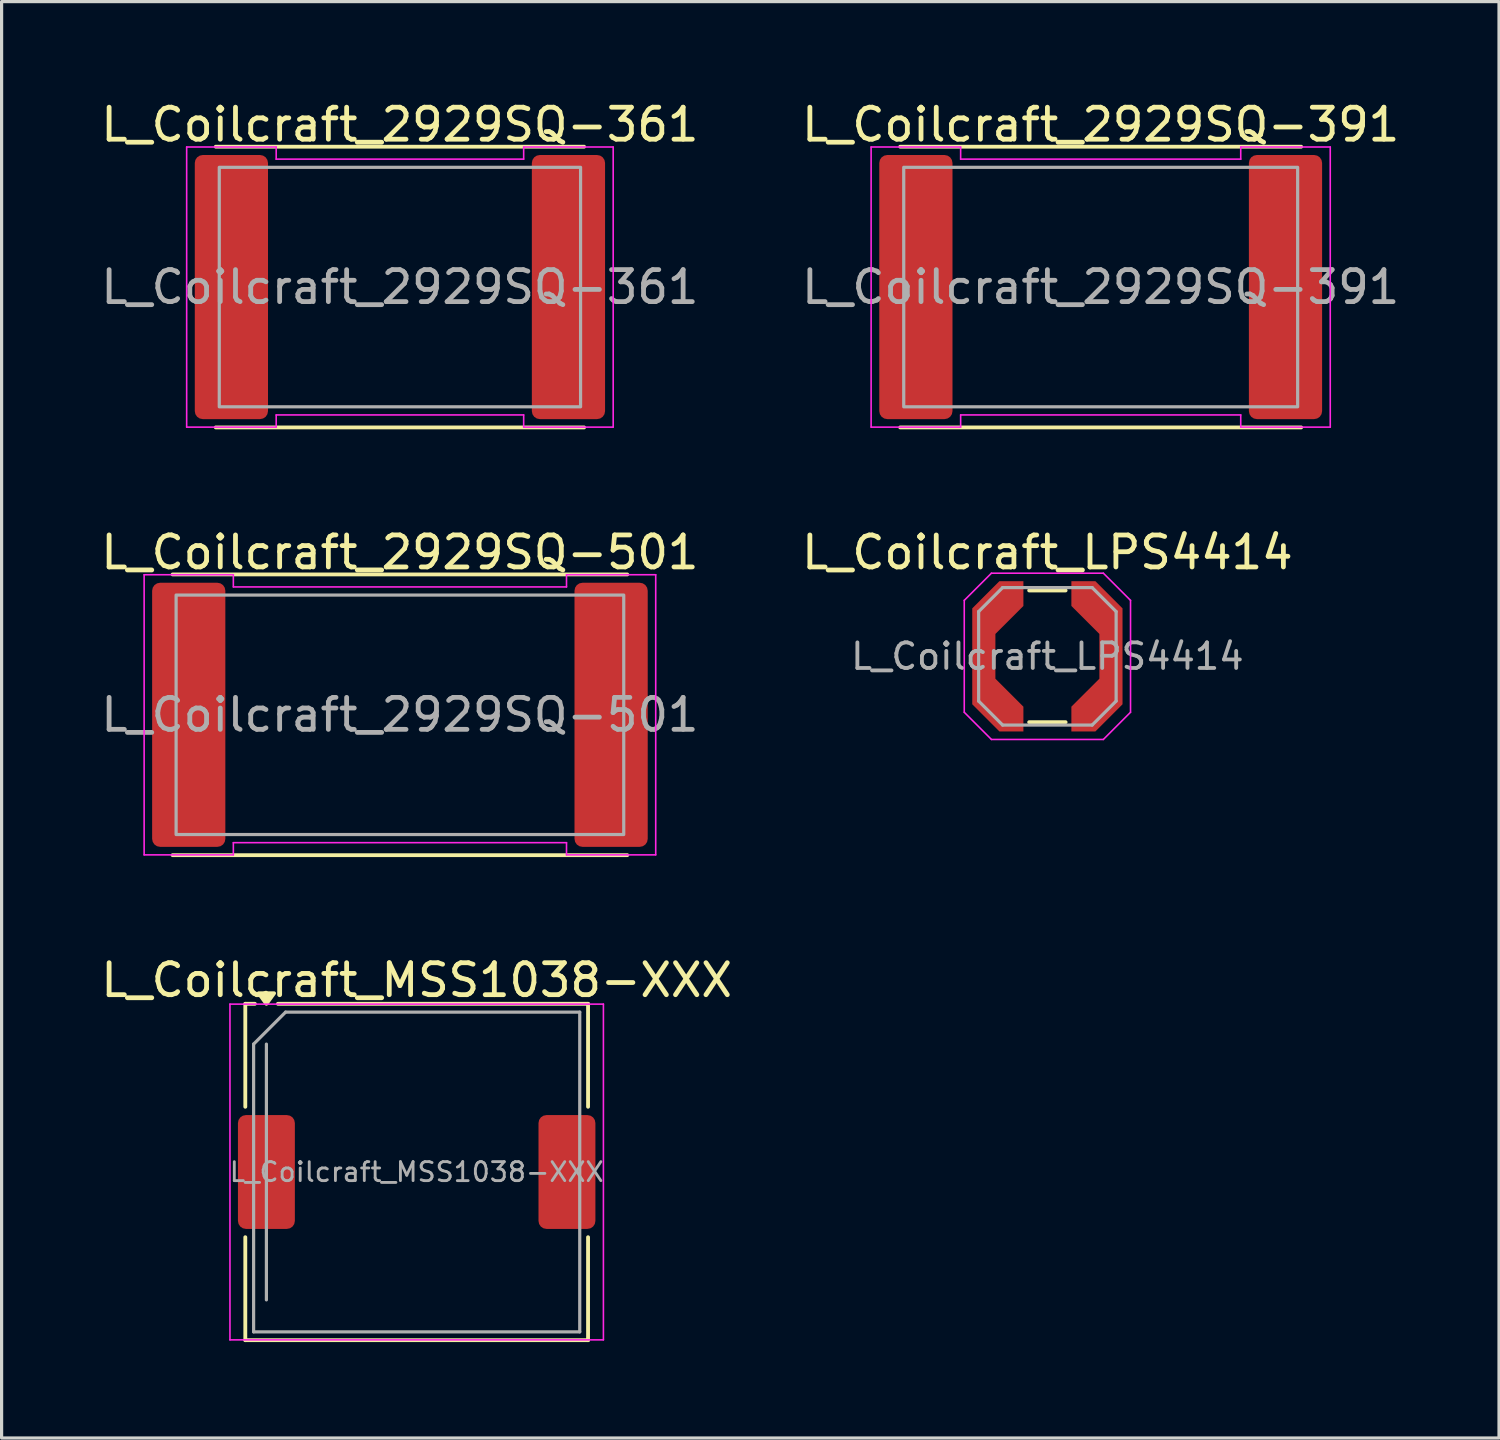
<source format=kicad_pcb>
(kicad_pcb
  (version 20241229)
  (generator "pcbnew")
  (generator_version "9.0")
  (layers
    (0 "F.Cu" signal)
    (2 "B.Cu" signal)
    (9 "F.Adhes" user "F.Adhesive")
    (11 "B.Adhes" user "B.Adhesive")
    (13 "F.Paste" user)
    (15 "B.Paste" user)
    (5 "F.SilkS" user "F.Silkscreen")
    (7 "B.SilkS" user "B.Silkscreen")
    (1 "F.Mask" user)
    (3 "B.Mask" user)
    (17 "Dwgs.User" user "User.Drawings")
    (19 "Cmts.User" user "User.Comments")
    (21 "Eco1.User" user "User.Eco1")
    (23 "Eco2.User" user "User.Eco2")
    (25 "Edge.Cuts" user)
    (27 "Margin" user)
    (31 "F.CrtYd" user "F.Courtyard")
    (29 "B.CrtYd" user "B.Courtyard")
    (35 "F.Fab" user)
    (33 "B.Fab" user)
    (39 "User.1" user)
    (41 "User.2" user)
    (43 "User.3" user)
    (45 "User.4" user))
  (footprint "L_Coilcraft_LPS4414"
    (layer "F.Cu")
    (at 29.708 17.477)
    (property "Reference" "L_Coilcraft_LPS4414" (at 0 -3.25 0) (layer "F.SilkS") (effects (font (size 1 1) (thickness 0.15))))
    (attr smd)
    (fp_line (start -0.57 -2.06) (end 0.57 -2.06) (stroke (width 0.12) (type solid)) (layer "F.SilkS"))
    (fp_line (start -0.57 2.06) (end 0.57 2.06) (stroke (width 0.12) (type solid)) (layer "F.SilkS"))
    (fp_line (start -2.6 -1.75) (end -2.6 1.75) (stroke (width 0.05) (type solid)) (layer "F.CrtYd"))
    (fp_line (start -2.6 1.75) (end -1.75 2.6) (stroke (width 0.05) (type solid)) (layer "F.CrtYd"))
    (fp_line (start -1.75 -2.6) (end -2.6 -1.75) (stroke (width 0.05) (type solid)) (layer "F.CrtYd"))
    (fp_line (start -1.75 -2.6) (end 1.75 -2.6) (stroke (width 0.05) (type solid)) (layer "F.CrtYd"))
    (fp_line (start -1.75 2.6) (end 1.75 2.6) (stroke (width 0.05) (type solid)) (layer "F.CrtYd"))
    (fp_line (start 1.75 -2.6) (end 2.6 -1.75) (stroke (width 0.05) (type solid)) (layer "F.CrtYd"))
    (fp_line (start 1.75 2.6) (end 2.6 1.75) (stroke (width 0.05) (type solid)) (layer "F.CrtYd"))
    (fp_line (start 2.6 -1.75) (end 2.6 1.75) (stroke (width 0.05) (type solid)) (layer "F.CrtYd"))
    (fp_line (start -2.15 -1.4) (end -1.4 -2.15) (stroke (width 0.1) (type solid)) (layer "F.Fab"))
    (fp_line (start -2.15 1.4) (end -2.15 -1.4) (stroke (width 0.1) (type solid)) (layer "F.Fab"))
    (fp_line (start -2.15 1.4) (end -1.4 2.15) (stroke (width 0.1) (type solid)) (layer "F.Fab"))
    (fp_line (start -1.4 -2.15) (end 1.4 -2.15) (stroke (width 0.1) (type solid)) (layer "F.Fab"))
    (fp_line (start 1.4 -2.15) (end 2.15 -1.4) (stroke (width 0.1) (type solid)) (layer "F.Fab"))
    (fp_line (start 1.4 2.15) (end -1.4 2.15) (stroke (width 0.1) (type solid)) (layer "F.Fab"))
    (fp_line (start 1.4 2.15) (end 2.15 1.4) (stroke (width 0.1) (type solid)) (layer "F.Fab"))
    (fp_line (start 2.15 -1.4) (end 2.15 1.4) (stroke (width 0.1) (type solid)) (layer "F.Fab"))
    (fp_text user "${REFERENCE}" (at 0 0 0) (layer "F.Fab") (effects (font (size 0.8 0.8) (thickness 0.12))))
    (pad "1" smd custom (at -1.988 0) (size 0.5 2) (layers "F.Cu" "F.Mask" "F.Paste") (options (anchor rect)) (primitives (gr_poly (pts (xy 0.362 -0.7) (xy 1.238 -1.575) (xy 1.238 -2.35) (xy 0.487 -2.35) (xy -0.362 -1.5) (xy -0.362 1.5) (xy 0.487 2.35) (xy 1.238 2.35) (xy 1.238 1.575) (xy 0.362 0.7)) (width 0) (fill yes))))
    (pad "2" smd custom (at 1.988 0) (size 0.5 2) (layers "F.Cu" "F.Mask" "F.Paste") (options (anchor rect)) (primitives (gr_poly (pts (xy -0.362 -0.7) (xy -1.238 -1.575) (xy -1.238 -2.35) (xy -0.487 -2.35) (xy 0.362 -1.5) (xy 0.362 1.5) (xy -0.487 2.35) (xy -1.238 2.35) (xy -1.238 1.575) (xy -0.362 0.7)) (width 0) (fill yes)))))
  (footprint "L_Coilcraft_2929SQ-501"
    (layer "F.Cu")
    (at 9.458 19.306)
    (property "Reference" "L_Coilcraft_2929SQ-501" (at 0 -5.08 0) (layer "F.SilkS") (effects (font (size 1 1) (thickness 0.15))))
    (attr smd)
    (fp_line (start -7.11 -4.39) (end 7.11 -4.39) (stroke (width 0.12) (type solid)) (layer "F.SilkS"))
    (fp_line (start 7.11 4.39) (end -7.11 4.39) (stroke (width 0.12) (type solid)) (layer "F.SilkS"))
    (fp_line (start -8 -4.38) (end -5.21 -4.38) (stroke (width 0.05) (type solid)) (layer "F.CrtYd"))
    (fp_line (start -8 4.38) (end -8 -4.38) (stroke (width 0.05) (type solid)) (layer "F.CrtYd"))
    (fp_line (start -5.21 -4.38) (end -5.21 -4) (stroke (width 0.05) (type solid)) (layer "F.CrtYd"))
    (fp_line (start -5.21 -4) (end 5.21 -4) (stroke (width 0.05) (type solid)) (layer "F.CrtYd"))
    (fp_line (start -5.21 4) (end -5.21 4.38) (stroke (width 0.05) (type solid)) (layer "F.CrtYd"))
    (fp_line (start -5.21 4.38) (end -8 4.38) (stroke (width 0.05) (type solid)) (layer "F.CrtYd"))
    (fp_line (start 5.21 -4.38) (end 8 -4.38) (stroke (width 0.05) (type solid)) (layer "F.CrtYd"))
    (fp_line (start 5.21 -4) (end 5.21 -4.38) (stroke (width 0.05) (type solid)) (layer "F.CrtYd"))
    (fp_line (start 5.21 4) (end -5.21 4) (stroke (width 0.05) (type solid)) (layer "F.CrtYd"))
    (fp_line (start 5.21 4.38) (end 5.21 4) (stroke (width 0.05) (type solid)) (layer "F.CrtYd"))
    (fp_line (start 8 -4.38) (end 8 4.38) (stroke (width 0.05) (type solid)) (layer "F.CrtYd"))
    (fp_line (start 8 4.38) (end 5.21 4.38) (stroke (width 0.05) (type solid)) (layer "F.CrtYd"))
    (fp_rect (start -7 -3.745) (end 7 3.745) (stroke (width 0.1) (type solid)) (fill no) (layer "F.Fab"))
    (fp_text user "${REFERENCE}" (at 0 0 0) (layer "F.Fab") (effects (font (size 1 1) (thickness 0.15))))
    (pad "1" smd roundrect (at -6.605 0) (size 2.29 8.26) (layers "F.Cu" "F.Mask" "F.Paste") (roundrect_rratio 0.109))
    (pad "2" smd roundrect (at 6.605 0) (size 2.29 8.26) (layers "F.Cu" "F.Mask" "F.Paste") (roundrect_rratio 0.109)))
  (footprint "L_Coilcraft_2929SQ-361"
    (layer "F.Cu")
    (at 9.458 5.928)
    (property "Reference" "L_Coilcraft_2929SQ-361" (at 0 -5.08 0) (layer "F.SilkS") (effects (font (size 1 1) (thickness 0.15))))
    (attr smd)
    (fp_line (start -5.76 -4.39) (end 5.76 -4.39) (stroke (width 0.12) (type solid)) (layer "F.SilkS"))
    (fp_line (start 5.76 4.39) (end -5.76 4.39) (stroke (width 0.12) (type solid)) (layer "F.SilkS"))
    (fp_line (start -6.67 -4.38) (end -3.87 -4.38) (stroke (width 0.05) (type solid)) (layer "F.CrtYd"))
    (fp_line (start -6.67 4.38) (end -6.67 -4.38) (stroke (width 0.05) (type solid)) (layer "F.CrtYd"))
    (fp_line (start -3.87 -4.38) (end -3.87 -4) (stroke (width 0.05) (type solid)) (layer "F.CrtYd"))
    (fp_line (start -3.87 -4) (end 3.87 -4) (stroke (width 0.05) (type solid)) (layer "F.CrtYd"))
    (fp_line (start -3.87 4) (end -3.87 4.38) (stroke (width 0.05) (type solid)) (layer "F.CrtYd"))
    (fp_line (start -3.87 4.38) (end -6.67 4.38) (stroke (width 0.05) (type solid)) (layer "F.CrtYd"))
    (fp_line (start 3.87 -4.38) (end 6.67 -4.38) (stroke (width 0.05) (type solid)) (layer "F.CrtYd"))
    (fp_line (start 3.87 -4) (end 3.87 -4.38) (stroke (width 0.05) (type solid)) (layer "F.CrtYd"))
    (fp_line (start 3.87 4) (end -3.87 4) (stroke (width 0.05) (type solid)) (layer "F.CrtYd"))
    (fp_line (start 3.87 4.38) (end 3.87 4) (stroke (width 0.05) (type solid)) (layer "F.CrtYd"))
    (fp_line (start 6.67 -4.38) (end 6.67 4.38) (stroke (width 0.05) (type solid)) (layer "F.CrtYd"))
    (fp_line (start 6.67 4.38) (end 3.87 4.38) (stroke (width 0.05) (type solid)) (layer "F.CrtYd"))
    (fp_rect (start -5.65 -3.745) (end 5.65 3.745) (stroke (width 0.1) (type solid)) (fill no) (layer "F.Fab"))
    (fp_text user "${REFERENCE}" (at 0 0 0) (layer "F.Fab") (effects (font (size 1 1) (thickness 0.15))))
    (pad "1" smd roundrect (at -5.271 0) (size 2.29 8.26) (layers "F.Cu" "F.Mask" "F.Paste") (roundrect_rratio 0.109))
    (pad "2" smd roundrect (at 5.271 0) (size 2.29 8.26) (layers "F.Cu" "F.Mask" "F.Paste") (roundrect_rratio 0.109)))
  (footprint "L_Coilcraft_MSS1038-XXX"
    (layer "F.Cu")
    (at 9.982 33.605)
    (property "Reference" "L_Coilcraft_MSS1038-XXX" (at 0 -6 0) (layer "F.SilkS") (effects (font (size 1 1) (thickness 0.15))))
    (attr smd)
    (fp_line (start -5.36 -5.26) (end -5.36 -2.04) (stroke (width 0.12) (type solid)) (layer "F.SilkS"))
    (fp_line (start -5.36 -5.26) (end -5.06 -5.26) (stroke (width 0.12) (type solid)) (layer "F.SilkS"))
    (fp_line (start -5.36 5.26) (end -5.36 2.04) (stroke (width 0.12) (type solid)) (layer "F.SilkS"))
    (fp_line (start -5.36 5.26) (end 5.36 5.26) (stroke (width 0.12) (type solid)) (layer "F.SilkS"))
    (fp_line (start -4.34 -5.26) (end 5.36 -5.26) (stroke (width 0.12) (type solid)) (layer "F.SilkS"))
    (fp_line (start 5.36 -5.26) (end 5.36 -2.04) (stroke (width 0.12) (type solid)) (layer "F.SilkS"))
    (fp_line (start 5.36 5.26) (end 5.36 2.04) (stroke (width 0.12) (type solid)) (layer "F.SilkS"))
    (fp_poly (pts (xy -4.7 -5.26) (xy -4.94 -5.59) (xy -4.46 -5.59) (xy -4.7 -5.26)) (stroke (width 0.12) (type solid)) (fill yes) (layer "F.SilkS"))
    (fp_line (start -5.84 -5.25) (end -5.84 5.25) (stroke (width 0.05) (type solid)) (layer "F.CrtYd"))
    (fp_line (start -5.84 5.25) (end 5.84 5.25) (stroke (width 0.05) (type solid)) (layer "F.CrtYd"))
    (fp_line (start 5.84 -5.25) (end -5.84 -5.25) (stroke (width 0.05) (type solid)) (layer "F.CrtYd"))
    (fp_line (start 5.84 5.25) (end 5.84 -5.25) (stroke (width 0.05) (type solid)) (layer "F.CrtYd"))
    (fp_line (start -5.1 -4) (end -4.1 -5) (stroke (width 0.1) (type solid)) (layer "F.Fab"))
    (fp_line (start -5.1 5) (end -5.1 -4) (stroke (width 0.1) (type solid)) (layer "F.Fab"))
    (fp_line (start -4.7 4) (end -4.7 -4) (stroke (width 0.1) (type solid)) (layer "F.Fab"))
    (fp_line (start -4.1 -5) (end 5.1 -5) (stroke (width 0.1) (type solid)) (layer "F.Fab"))
    (fp_line (start 5.1 -5) (end 5.1 5) (stroke (width 0.1) (type solid)) (layer "F.Fab"))
    (fp_line (start 5.1 5) (end -5.1 5) (stroke (width 0.1) (type solid)) (layer "F.Fab"))
    (fp_text user "${REFERENCE}" (at 0 0 0) (layer "F.Fab") (effects (font (size 0.593 0.593) (thickness 0.089))))
    (pad "1" smd roundrect (at -4.7 0) (size 1.78 3.56) (layers "F.Cu" "F.Mask" "F.Paste") (roundrect_rratio 0.14))
    (pad "2" smd roundrect (at 4.7 0) (size 1.78 3.56) (layers "F.Cu" "F.Mask" "F.Paste") (roundrect_rratio 0.14)))
  (footprint "L_Coilcraft_2929SQ-391"
    (layer "F.Cu")
    (at 31.375 5.928)
    (property "Reference" "L_Coilcraft_2929SQ-391" (at 0 -5.08 0) (layer "F.SilkS") (effects (font (size 1 1) (thickness 0.15))))
    (attr smd)
    (fp_line (start -6.27 -4.39) (end 6.27 -4.39) (stroke (width 0.12) (type solid)) (layer "F.SilkS"))
    (fp_line (start 6.27 4.39) (end -6.27 4.39) (stroke (width 0.12) (type solid)) (layer "F.SilkS"))
    (fp_line (start -7.18 -4.38) (end -4.38 -4.38) (stroke (width 0.05) (type solid)) (layer "F.CrtYd"))
    (fp_line (start -7.18 4.38) (end -7.18 -4.38) (stroke (width 0.05) (type solid)) (layer "F.CrtYd"))
    (fp_line (start -4.38 -4.38) (end -4.38 -4) (stroke (width 0.05) (type solid)) (layer "F.CrtYd"))
    (fp_line (start -4.38 -4) (end 4.38 -4) (stroke (width 0.05) (type solid)) (layer "F.CrtYd"))
    (fp_line (start -4.38 4) (end -4.38 4.38) (stroke (width 0.05) (type solid)) (layer "F.CrtYd"))
    (fp_line (start -4.38 4.38) (end -7.18 4.38) (stroke (width 0.05) (type solid)) (layer "F.CrtYd"))
    (fp_line (start 4.38 -4.38) (end 7.18 -4.38) (stroke (width 0.05) (type solid)) (layer "F.CrtYd"))
    (fp_line (start 4.38 -4) (end 4.38 -4.38) (stroke (width 0.05) (type solid)) (layer "F.CrtYd"))
    (fp_line (start 4.38 4) (end -4.38 4) (stroke (width 0.05) (type solid)) (layer "F.CrtYd"))
    (fp_line (start 4.38 4.38) (end 4.38 4) (stroke (width 0.05) (type solid)) (layer "F.CrtYd"))
    (fp_line (start 7.18 -4.38) (end 7.18 4.38) (stroke (width 0.05) (type solid)) (layer "F.CrtYd"))
    (fp_line (start 7.18 4.38) (end 4.38 4.38) (stroke (width 0.05) (type solid)) (layer "F.CrtYd"))
    (fp_rect (start -6.16 -3.745) (end 6.16 3.745) (stroke (width 0.1) (type solid)) (fill no) (layer "F.Fab"))
    (fp_text user "${REFERENCE}" (at 0 0 0) (layer "F.Fab") (effects (font (size 1 1) (thickness 0.15))))
    (pad "1" smd roundrect (at -5.78 0) (size 2.29 8.26) (layers "F.Cu" "F.Mask" "F.Paste") (roundrect_rratio 0.109))
    (pad "2" smd roundrect (at 5.78 0) (size 2.29 8.26) (layers "F.Cu" "F.Mask" "F.Paste") (roundrect_rratio 0.109)))
  (gr_rect
    (start -3 -3)
    (end 43.833 41.925)
    (stroke (width 0.1) (type default))
    (fill no)
    (layer "Edge.Cuts")))
</source>
